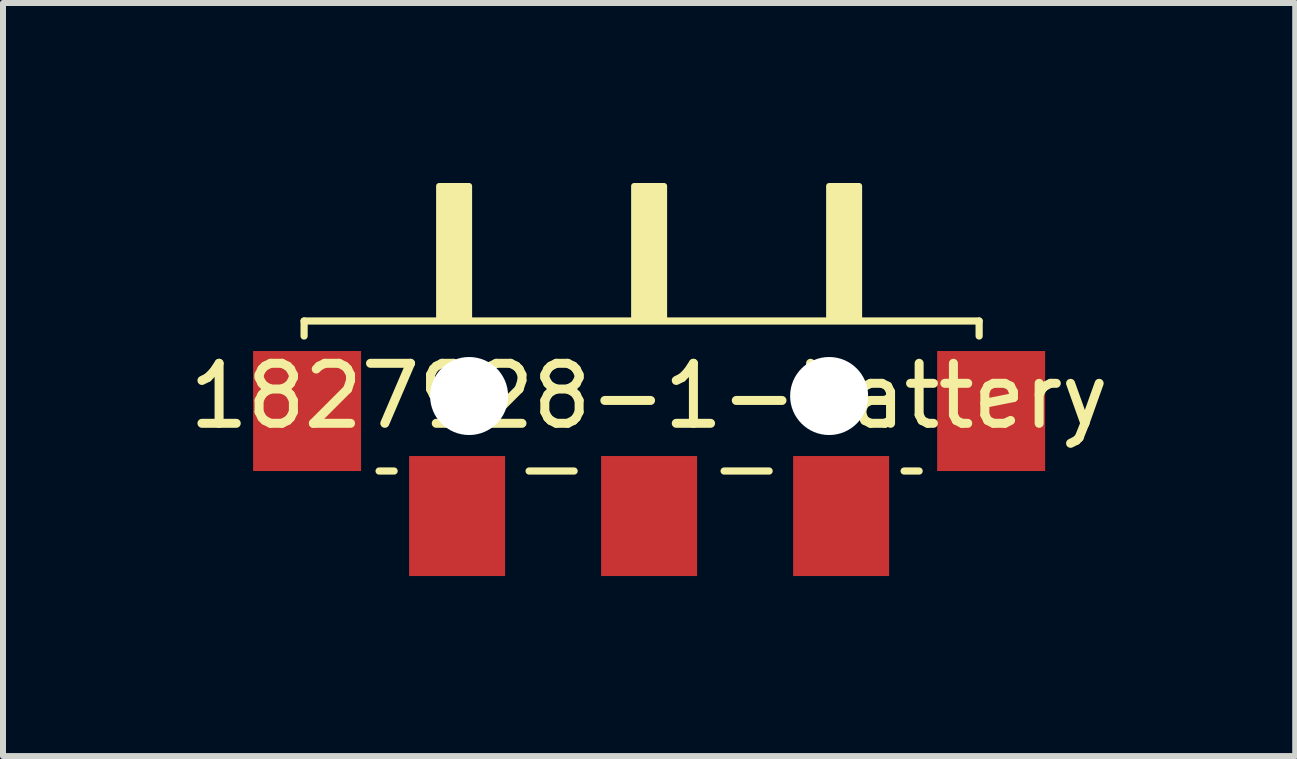
<source format=kicad_pcb>
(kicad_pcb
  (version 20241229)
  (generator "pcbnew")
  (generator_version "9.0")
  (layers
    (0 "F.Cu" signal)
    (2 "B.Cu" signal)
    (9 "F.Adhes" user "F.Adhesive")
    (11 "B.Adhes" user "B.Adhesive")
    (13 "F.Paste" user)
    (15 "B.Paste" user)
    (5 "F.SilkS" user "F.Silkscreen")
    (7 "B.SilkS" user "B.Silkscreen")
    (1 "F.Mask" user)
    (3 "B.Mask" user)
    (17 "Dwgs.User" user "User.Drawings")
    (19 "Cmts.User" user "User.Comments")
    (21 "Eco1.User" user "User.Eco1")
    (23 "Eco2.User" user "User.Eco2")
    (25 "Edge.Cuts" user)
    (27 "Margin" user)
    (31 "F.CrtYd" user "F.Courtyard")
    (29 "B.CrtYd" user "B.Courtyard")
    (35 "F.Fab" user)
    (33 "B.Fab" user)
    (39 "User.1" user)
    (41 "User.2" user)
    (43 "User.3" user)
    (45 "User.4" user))
  (footprint "1827928-1-battery"
    (layer "F.Cu")
    (at 7.768 3.55)
    (property "Reference" "1827928-1-battery" (at 0 0 0) (layer "F.SilkS") (effects (font (size 1 1) (thickness 0.15))))
    (attr through_hole)
    (fp_line (start -5.75 -1.25) (end 5.5 -1.25) (stroke (width 0.12) (type solid)) (layer "F.SilkS"))
    (fp_line (start -5.75 -1) (end -5.75 -1.25) (stroke (width 0.12) (type solid)) (layer "F.SilkS"))
    (fp_line (start -4.25 1.25) (end -4.5 1.25) (stroke (width 0.12) (type solid)) (layer "F.SilkS"))
    (fp_line (start -2 1.25) (end -1.25 1.25) (stroke (width 0.12) (type solid)) (layer "F.SilkS"))
    (fp_line (start 1.25 1.25) (end 2 1.25) (stroke (width 0.12) (type solid)) (layer "F.SilkS"))
    (fp_line (start 4.25 1.25) (end 4.5 1.25) (stroke (width 0.12) (type solid)) (layer "F.SilkS"))
    (fp_line (start 5.5 -1.25) (end 5.5 -1) (stroke (width 0.12) (type solid)) (layer "F.SilkS"))
    (fp_poly (pts (xy -3 -1.25) (xy -3.5 -1.25) (xy -3.5 -3.5) (xy -3 -3.5)) (stroke (width 0.1) (type solid)) (fill yes) (layer "F.SilkS"))
    (fp_poly (pts (xy 0.25 -1.25) (xy -0.25 -1.25) (xy -0.25 -3.5) (xy 0.25 -3.5)) (stroke (width 0.1) (type solid)) (fill yes) (layer "F.SilkS"))
    (fp_poly (pts (xy 3.5 -1.25) (xy 3 -1.25) (xy 3 -3.5) (xy 3.5 -3.5)) (stroke (width 0.1) (type solid)) (fill yes) (layer "F.SilkS"))
    (pad "" np_thru_hole circle (at -3 0) (size 1.3 1.3) (drill 1.3) (layers "*.Cu" "*.Mask"))
    (pad "" np_thru_hole circle (at 3 0) (size 1.3 1.3) (drill 1.3) (layers "*.Cu" "*.Mask"))
    (pad "1" smd rect (at 3.2 2) (size 1.6 2) (layers "F.Cu" "F.Mask" "F.Paste"))
    (pad "2" smd rect (at 0 2) (size 1.6 2) (layers "F.Cu" "F.Mask" "F.Paste"))
    (pad "3" smd rect (at -3.2 2) (size 1.6 2) (layers "F.Cu" "F.Mask" "F.Paste"))
    (pad "~" smd rect (at -5.7 0.25) (size 1.8 2) (layers "F.Cu" "F.Mask" "F.Paste"))
    (pad "~" smd rect (at 5.7 0.25) (size 1.8 2) (layers "F.Cu" "F.Mask" "F.Paste")))
  (gr_rect
    (start -3 -3)
    (end 18.536 9.55)
    (stroke (width 0.1) (type default))
    (fill no)
    (layer "Edge.Cuts")))
</source>
